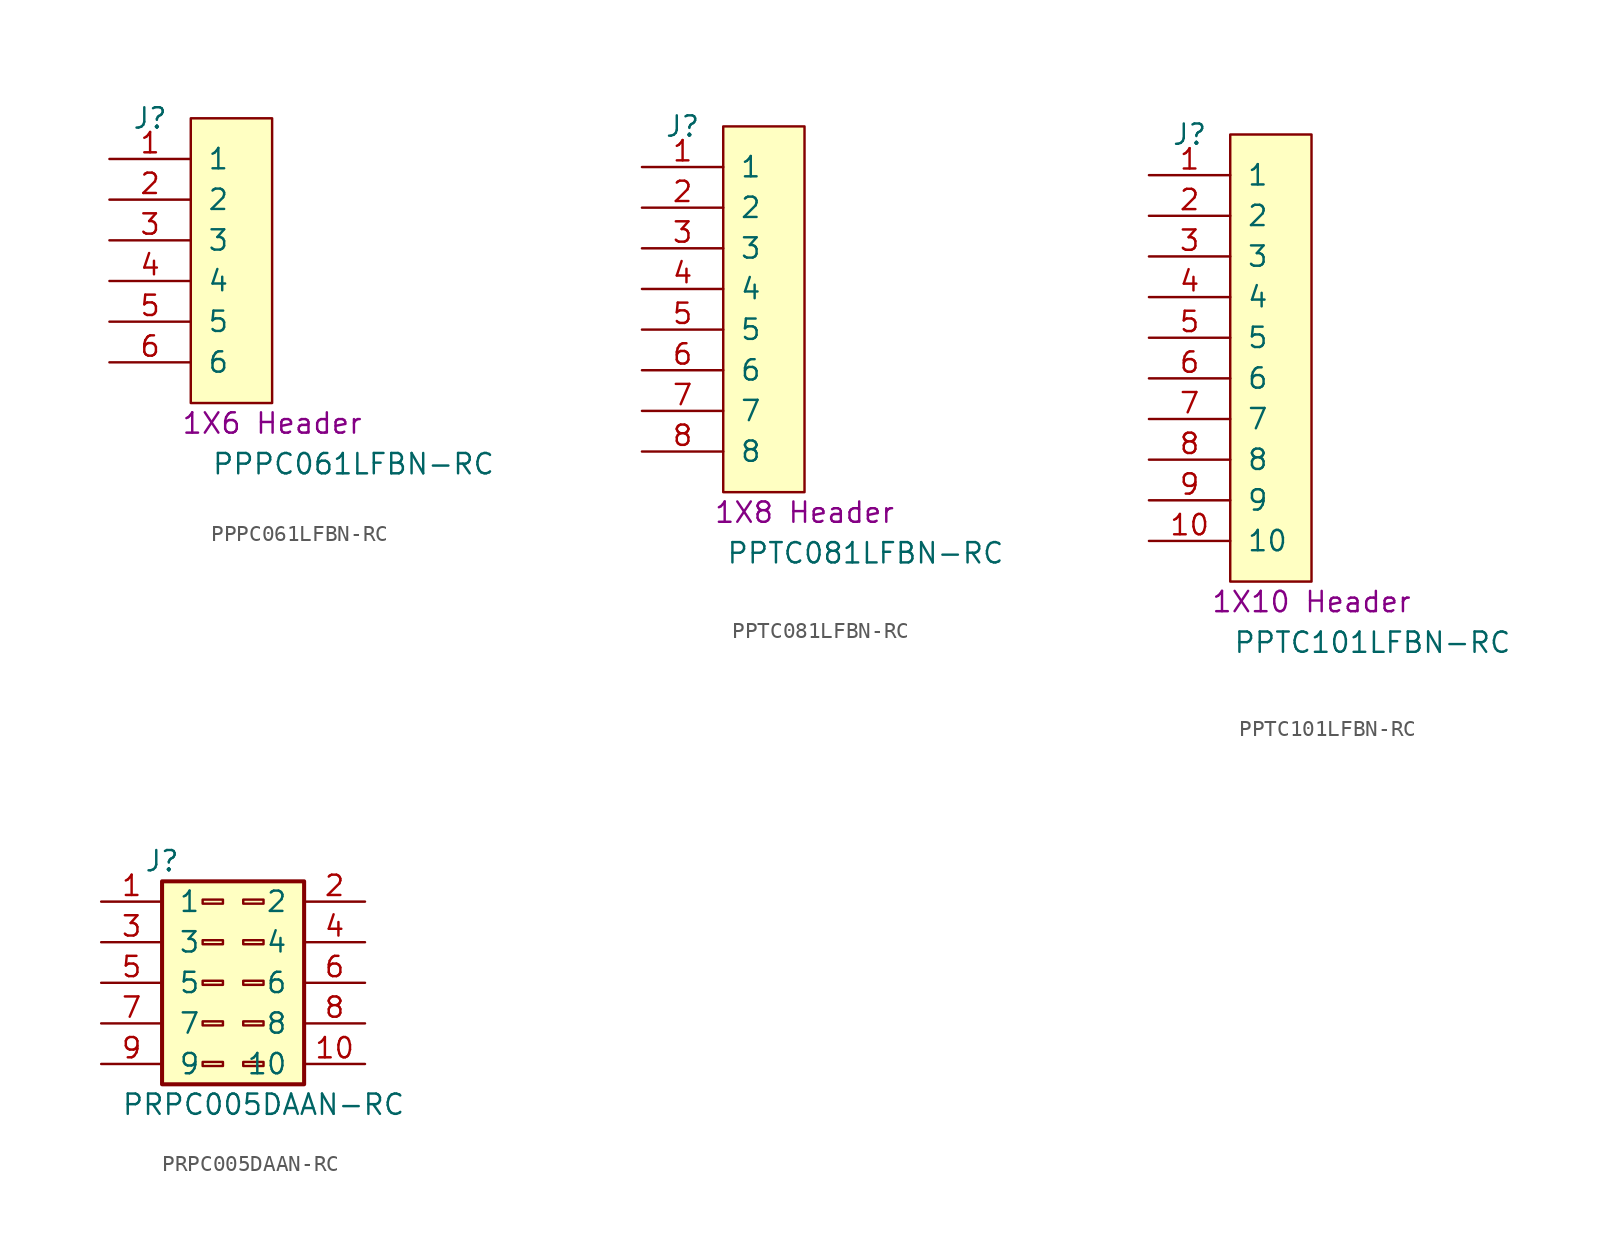
<source format=kicad_sym>
(kicad_symbol_lib
  (version 20220914)
  (generator kicad_symbol_editor)
  (symbol "PPPC061LFBN-RC"
    (pin_names
      (offset 1.016))
    (property "Reference" "J"
      (at -2.54 2.54 0)
      (effects (font (size 1.27 1.27))))
    (property "Value" "PPPC061LFBN-RC"
      (at 10.16 -19.05 0)
      (effects (font (size 1.27 1.27))))
    (property "_Value_" "1X6 Header"
      (at 5.08 -16.51 0)
      (effects (font (size 1.27 1.27))))
    (symbol "PPPC061LFBN-RC_0_1"
      (rectangle (start 0 2.54) (end 5.08 -15.24) (stroke (width 0) (type default)) (fill (type background))))
    (symbol "PPPC061LFBN-RC_1_1"
      (pin passive line (at -5.08 0 0) (length 5.08) (name "1" (effects (font (size 1.27 1.27)))) (number "1" (effects (font (size 1.27 1.27)))))
      (pin passive line (at -5.08 -2.54 0) (length 5.08) (name "2" (effects (font (size 1.27 1.27)))) (number "2" (effects (font (size 1.27 1.27)))))
      (pin passive line (at -5.08 -5.08 0) (length 5.08) (name "3" (effects (font (size 1.27 1.27)))) (number "3" (effects (font (size 1.27 1.27)))))
      (pin passive line (at -5.08 -7.62 0) (length 5.08) (name "4" (effects (font (size 1.27 1.27)))) (number "4" (effects (font (size 1.27 1.27)))))
      (pin passive line (at -5.08 -10.16 0) (length 5.08) (name "5" (effects (font (size 1.27 1.27)))) (number "5" (effects (font (size 1.27 1.27)))))
      (pin passive line (at -5.08 -12.7 0) (length 5.08) (name "6" (effects (font (size 1.27 1.27)))) (number "6" (effects (font (size 1.27 1.27)))))))
  (symbol "PPTC081LFBN-RC"
    (pin_names
      (offset 1.016))
    (property "Reference" "J"
      (at -2.54 2.54 0)
      (effects (font (size 1.27 1.27))))
    (property "Value" "PPTC081LFBN-RC"
      (at 8.89 -24.13 0)
      (effects (font (size 1.27 1.27))))
    (property "_Value_" "1X8 Header"
      (at 5.08 -21.59 0)
      (effects (font (size 1.27 1.27))))
    (symbol "PPTC081LFBN-RC_0_1"
      (rectangle (start 0 2.54) (end 5.08 -20.32) (stroke (width 0) (type default)) (fill (type background))))
    (symbol "PPTC081LFBN-RC_1_1"
      (pin passive line (at -5.08 0 0) (length 5.08) (name "1" (effects (font (size 1.27 1.27)))) (number "1" (effects (font (size 1.27 1.27)))))
      (pin passive line (at -5.08 -2.54 0) (length 5.08) (name "2" (effects (font (size 1.27 1.27)))) (number "2" (effects (font (size 1.27 1.27)))))
      (pin passive line (at -5.08 -5.08 0) (length 5.08) (name "3" (effects (font (size 1.27 1.27)))) (number "3" (effects (font (size 1.27 1.27)))))
      (pin passive line (at -5.08 -7.62 0) (length 5.08) (name "4" (effects (font (size 1.27 1.27)))) (number "4" (effects (font (size 1.27 1.27)))))
      (pin passive line (at -5.08 -10.16 0) (length 5.08) (name "5" (effects (font (size 1.27 1.27)))) (number "5" (effects (font (size 1.27 1.27)))))
      (pin passive line (at -5.08 -12.7 0) (length 5.08) (name "6" (effects (font (size 1.27 1.27)))) (number "6" (effects (font (size 1.27 1.27)))))
      (pin passive line (at -5.08 -15.24 0) (length 5.08) (name "7" (effects (font (size 1.27 1.27)))) (number "7" (effects (font (size 1.27 1.27)))))
      (pin passive line (at -5.08 -17.78 0) (length 5.08) (name "8" (effects (font (size 1.27 1.27)))) (number "8" (effects (font (size 1.27 1.27)))))))
  (symbol "PPTC101LFBN-RC"
    (pin_names
      (offset 1.016))
    (property "Reference" "J"
      (at -2.54 2.54 0)
      (effects (font (size 1.27 1.27))))
    (property "Value" "PPTC101LFBN-RC"
      (at 8.89 -29.21 0)
      (effects (font (size 1.27 1.27))))
    (property "_Value_" "1X10 Header"
      (at 5.08 -26.67 0)
      (effects (font (size 1.27 1.27))))
    (symbol "PPTC101LFBN-RC_0_1"
      (rectangle (start 0 2.54) (end 5.08 -25.4) (stroke (width 0) (type default)) (fill (type background))))
    (symbol "PPTC101LFBN-RC_1_1"
      (pin passive line (at -5.08 0 0) (length 5.08) (name "1" (effects (font (size 1.27 1.27)))) (number "1" (effects (font (size 1.27 1.27)))))
      (pin passive line (at -5.08 -22.86 0) (length 5.08) (name "10" (effects (font (size 1.27 1.27)))) (number "10" (effects (font (size 1.27 1.27)))))
      (pin passive line (at -5.08 -2.54 0) (length 5.08) (name "2" (effects (font (size 1.27 1.27)))) (number "2" (effects (font (size 1.27 1.27)))))
      (pin passive line (at -5.08 -5.08 0) (length 5.08) (name "3" (effects (font (size 1.27 1.27)))) (number "3" (effects (font (size 1.27 1.27)))))
      (pin passive line (at -5.08 -7.62 0) (length 5.08) (name "4" (effects (font (size 1.27 1.27)))) (number "4" (effects (font (size 1.27 1.27)))))
      (pin passive line (at -5.08 -10.16 0) (length 5.08) (name "5" (effects (font (size 1.27 1.27)))) (number "5" (effects (font (size 1.27 1.27)))))
      (pin passive line (at -5.08 -12.7 0) (length 5.08) (name "6" (effects (font (size 1.27 1.27)))) (number "6" (effects (font (size 1.27 1.27)))))
      (pin passive line (at -5.08 -15.24 0) (length 5.08) (name "7" (effects (font (size 1.27 1.27)))) (number "7" (effects (font (size 1.27 1.27)))))
      (pin passive line (at -5.08 -17.78 0) (length 5.08) (name "8" (effects (font (size 1.27 1.27)))) (number "8" (effects (font (size 1.27 1.27)))))
      (pin passive line (at -5.08 -20.32 0) (length 5.08) (name "9" (effects (font (size 1.27 1.27)))) (number "9" (effects (font (size 1.27 1.27)))))))
  (symbol "PRPC005DAAN-RC"
    (pin_names
      (offset 1.016))
    (property "Reference" "J"
      (at 0 1.27 0)
      (effects (font (size 1.27 1.27))))
    (property "Value" "PRPC005DAAN-RC"
      (at 6.35 -13.97 0)
      (effects (font (size 1.27 1.27))))
    (symbol "PRPC005DAAN-RC_1_1"
      (rectangle (start 0 0) (end 8.89 -12.7) (stroke (width 0.254) (type default)) (fill (type background)))
      (rectangle (start 2.54 -11.303) (end 3.81 -11.557) (stroke (width 0.152) (type default)) (fill (type none)))
      (rectangle (start 2.54 -8.763) (end 3.81 -9.017) (stroke (width 0.152) (type default)) (fill (type none)))
      (rectangle (start 2.54 -6.223) (end 3.81 -6.477) (stroke (width 0.152) (type default)) (fill (type none)))
      (rectangle (start 2.54 -3.683) (end 3.81 -3.937) (stroke (width 0.152) (type default)) (fill (type none)))
      (rectangle (start 2.54 -1.143) (end 3.81 -1.397) (stroke (width 0.152) (type default)) (fill (type none)))
      (rectangle (start 6.35 -11.303) (end 5.08 -11.557) (stroke (width 0.152) (type default)) (fill (type none)))
      (rectangle (start 6.35 -8.763) (end 5.08 -9.017) (stroke (width 0.152) (type default)) (fill (type none)))
      (rectangle (start 6.35 -6.223) (end 5.08 -6.477) (stroke (width 0.152) (type default)) (fill (type none)))
      (rectangle (start 6.35 -3.683) (end 5.08 -3.937) (stroke (width 0.152) (type default)) (fill (type none)))
      (rectangle (start 6.35 -1.143) (end 5.08 -1.397) (stroke (width 0.152) (type default)) (fill (type none)))
      (pin passive line (at -3.81 -1.27 0) (length 3.81) (name "1" (effects (font (size 1.27 1.27)))) (number "1" (effects (font (size 1.27 1.27)))))
      (pin passive line (at 12.7 -11.43 180) (length 3.81) (name "10" (effects (font (size 1.27 1.27)))) (number "10" (effects (font (size 1.27 1.27)))))
      (pin passive line (at 12.7 -1.27 180) (length 3.81) (name "2" (effects (font (size 1.27 1.27)))) (number "2" (effects (font (size 1.27 1.27)))))
      (pin passive line (at -3.81 -3.81 0) (length 3.81) (name "3" (effects (font (size 1.27 1.27)))) (number "3" (effects (font (size 1.27 1.27)))))
      (pin passive line (at 12.7 -3.81 180) (length 3.81) (name "4" (effects (font (size 1.27 1.27)))) (number "4" (effects (font (size 1.27 1.27)))))
      (pin passive line (at -3.81 -6.35 0) (length 3.81) (name "5" (effects (font (size 1.27 1.27)))) (number "5" (effects (font (size 1.27 1.27)))))
      (pin passive line (at 12.7 -6.35 180) (length 3.81) (name "6" (effects (font (size 1.27 1.27)))) (number "6" (effects (font (size 1.27 1.27)))))
      (pin passive line (at -3.81 -8.89 0) (length 3.81) (name "7" (effects (font (size 1.27 1.27)))) (number "7" (effects (font (size 1.27 1.27)))))
      (pin passive line (at 12.7 -8.89 180) (length 3.81) (name "8" (effects (font (size 1.27 1.27)))) (number "8" (effects (font (size 1.27 1.27)))))
      (pin passive line (at -3.81 -11.43 0) (length 3.81) (name "9" (effects (font (size 1.27 1.27)))) (number "9" (effects (font (size 1.27 1.27))))))))
</source>
